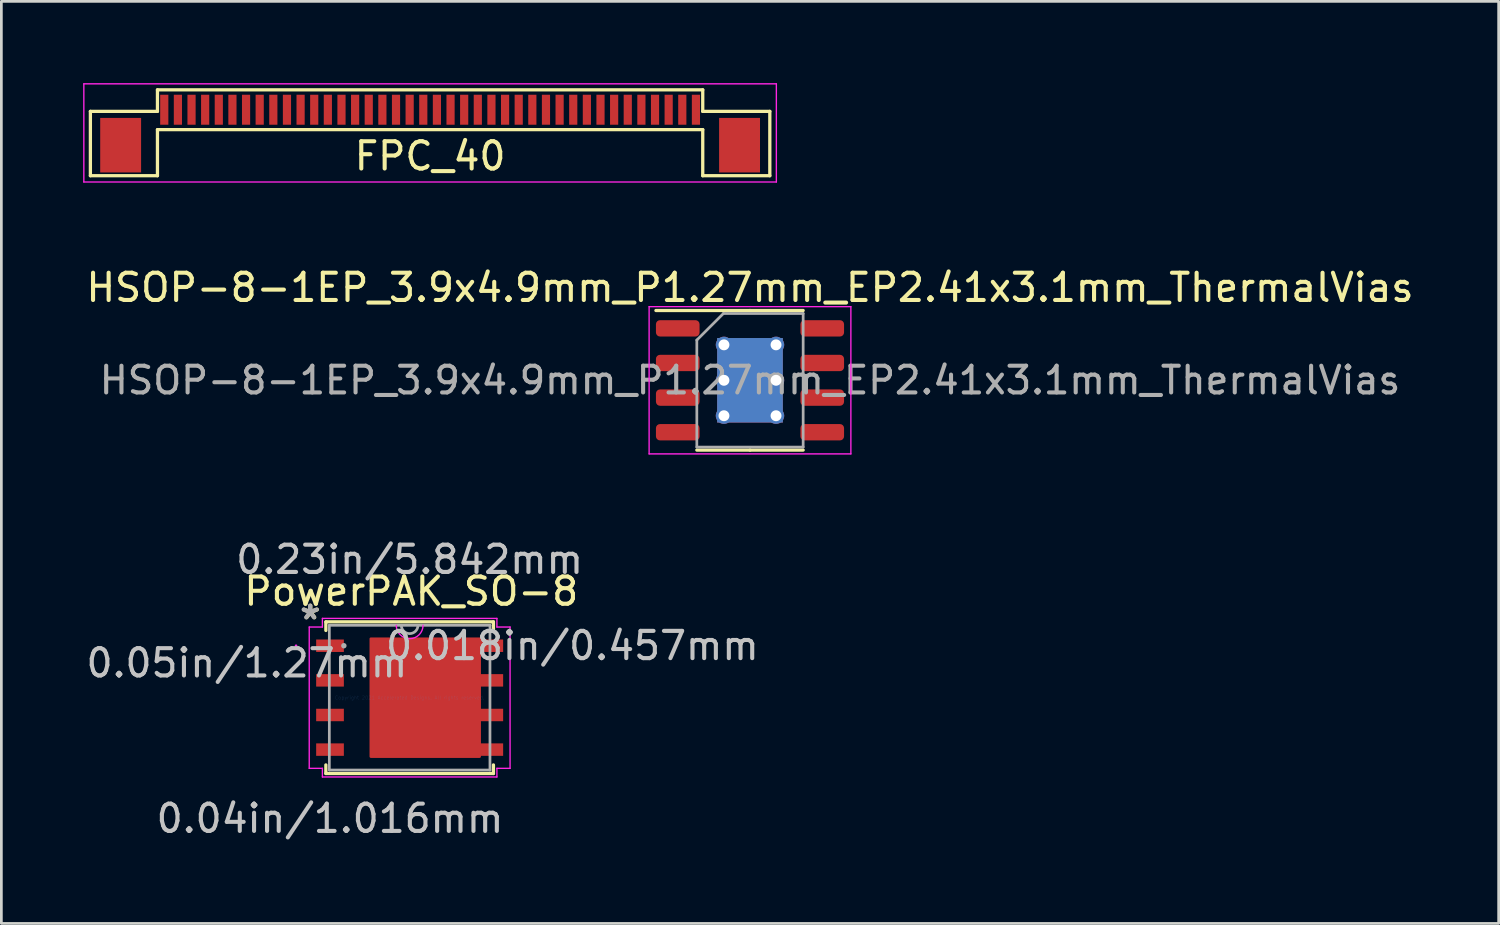
<source format=kicad_pcb>
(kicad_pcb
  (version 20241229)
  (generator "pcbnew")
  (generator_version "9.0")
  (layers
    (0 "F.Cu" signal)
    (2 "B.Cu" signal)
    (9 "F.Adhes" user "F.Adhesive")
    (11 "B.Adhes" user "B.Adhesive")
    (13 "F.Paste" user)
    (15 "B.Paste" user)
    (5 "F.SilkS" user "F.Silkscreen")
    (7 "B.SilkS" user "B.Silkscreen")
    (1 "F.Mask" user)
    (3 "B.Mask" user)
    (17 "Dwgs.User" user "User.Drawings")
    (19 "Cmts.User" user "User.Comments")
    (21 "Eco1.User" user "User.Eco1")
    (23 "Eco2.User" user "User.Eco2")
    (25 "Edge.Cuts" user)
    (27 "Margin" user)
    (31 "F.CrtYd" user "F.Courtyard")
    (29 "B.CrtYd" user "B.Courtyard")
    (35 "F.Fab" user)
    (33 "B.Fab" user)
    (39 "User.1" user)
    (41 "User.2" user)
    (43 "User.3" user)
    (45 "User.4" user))
  (footprint "PowerPAK_SO-8"
    (layer "F.Cu")
    (at 11.975 22.539)
    (property "Reference" "PowerPAK_SO-8" (at 0.06 -3.9 0) (layer "F.SilkS") (effects (font (size 1 1) (thickness 0.15))))
    (attr through_hole)
    (fp_poly (pts (xy 2.565 -2.159) (xy -1.422 -2.159) (xy -1.422 2.159) (xy 2.565 2.159)) (stroke (width 0.1) (type solid)) (fill yes) (layer "F.Cu"))
    (fp_poly (pts (xy 2.565 -2.159) (xy -1.422 -2.159) (xy -1.422 2.159) (xy 2.565 2.159)) (stroke (width 0.1) (type solid)) (fill yes) (layer "F.Mask"))
    (fp_line (start -3.073 -2.781) (end -3.073 -2.466) (stroke (width 0.12) (type solid)) (layer "F.SilkS"))
    (fp_line (start -3.073 2.466) (end -3.073 2.781) (stroke (width 0.12) (type solid)) (layer "F.SilkS"))
    (fp_line (start -3.073 2.781) (end 3.073 2.781) (stroke (width 0.12) (type solid)) (layer "F.SilkS"))
    (fp_line (start 3.073 -2.781) (end -3.073 -2.781) (stroke (width 0.12) (type solid)) (layer "F.SilkS"))
    (fp_line (start 3.073 -2.466) (end 3.073 -2.781) (stroke (width 0.12) (type solid)) (layer "F.SilkS"))
    (fp_line (start 3.073 2.781) (end 3.073 2.466) (stroke (width 0.12) (type solid)) (layer "F.SilkS"))
    (fp_poly (pts (xy 2.565 -2.159) (xy -1.422 -2.159) (xy -1.422 2.159) (xy 2.565 2.159)) (stroke (width 0.1) (type solid)) (fill yes) (layer "F.Paste"))
    (fp_line (start -3.683 -2.591) (end -3.2 -2.591) (stroke (width 0.05) (type solid)) (layer "F.CrtYd"))
    (fp_line (start -3.683 2.591) (end -3.683 -2.591) (stroke (width 0.05) (type solid)) (layer "F.CrtYd"))
    (fp_line (start -3.2 -2.908) (end 3.2 -2.908) (stroke (width 0.05) (type solid)) (layer "F.CrtYd"))
    (fp_line (start -3.2 -2.591) (end -3.2 -2.908) (stroke (width 0.05) (type solid)) (layer "F.CrtYd"))
    (fp_line (start -3.2 2.591) (end -3.683 2.591) (stroke (width 0.05) (type solid)) (layer "F.CrtYd"))
    (fp_line (start -3.2 2.908) (end -3.2 2.591) (stroke (width 0.05) (type solid)) (layer "F.CrtYd"))
    (fp_line (start 3.2 -2.908) (end 3.2 -2.591) (stroke (width 0.05) (type solid)) (layer "F.CrtYd"))
    (fp_line (start 3.2 -2.591) (end 3.683 -2.591) (stroke (width 0.05) (type solid)) (layer "F.CrtYd"))
    (fp_line (start 3.2 2.591) (end 3.2 2.908) (stroke (width 0.05) (type solid)) (layer "F.CrtYd"))
    (fp_line (start 3.2 2.908) (end -3.2 2.908) (stroke (width 0.05) (type solid)) (layer "F.CrtYd"))
    (fp_line (start 3.683 -2.591) (end 3.683 2.591) (stroke (width 0.05) (type solid)) (layer "F.CrtYd"))
    (fp_line (start 3.683 2.591) (end 3.2 2.591) (stroke (width 0.05) (type solid)) (layer "F.CrtYd"))
    (fp_arc (start 0.491067 -2.6543) (mid 0 -2.163233) (end -0.491067 -2.6543) (stroke (width 0.05) (type solid)) (layer "F.CrtYd"))
    (fp_circle (center -4.166 -1.905) (end -4.166 -1.905) (stroke (width 0.05) (type solid)) (fill no) (layer "F.CrtYd"))
    (fp_line (start -2.946 -2.654) (end -2.946 2.654) (stroke (width 0.1) (type solid)) (layer "F.Fab"))
    (fp_line (start -2.946 2.654) (end 2.946 2.654) (stroke (width 0.1) (type solid)) (layer "F.Fab"))
    (fp_line (start 2.946 -2.654) (end -2.946 -2.654) (stroke (width 0.1) (type solid)) (layer "F.Fab"))
    (fp_line (start 2.946 2.654) (end 2.946 -2.654) (stroke (width 0.1) (type solid)) (layer "F.Fab"))
    (fp_arc (start 0.3048 -2.6543) (mid 0 -2.3495) (end -0.3048 -2.6543) (stroke (width 0.1) (type solid)) (layer "F.Fab"))
    (fp_circle (center -2.413 -1.905) (end -2.413 -1.905) (stroke (width 0.1) (type solid)) (fill no) (layer "F.Fab"))
    (fp_text user "*" (at -3.64 -2.83 0) (layer "F.SilkS") (effects (font (size 1 1) (thickness 0.15))))
    (fp_text user "0.018in/0.457mm" (at 5.969 -1.905 0) (layer "Dwgs.User") (effects (font (size 1 1) (thickness 0.15))))
    (fp_text user "0.05in/1.27mm" (at -5.969 -1.27 0) (layer "Dwgs.User") (effects (font (size 1 1) (thickness 0.15))))
    (fp_text user "0.04in/1.016mm" (at -2.921 4.432 0) (layer "Dwgs.User") (effects (font (size 1 1) (thickness 0.15))))
    (fp_text user "0.23in/5.842mm" (at 0 -5.067 0) (layer "Dwgs.User") (effects (font (size 1 1) (thickness 0.15))))
    (fp_text user "Copyright 2021 Accelerated Designs. All rights reserved." (at 0 0 0) (layer "Cmts.User") (effects (font (size 0.127 0.127) (thickness 0.002))))
    (fp_text user "*" (at -3.65 -2.83 0) (layer "F.Fab") (effects (font (size 1 1) (thickness 0.15))))
    (pad "1" smd rect (at -2.921 -1.905) (size 1.016 0.457) (layers "F.Cu" "F.Mask" "F.Paste"))
    (pad "2" smd rect (at -2.921 -0.635) (size 1.016 0.457) (layers "F.Cu" "F.Mask" "F.Paste"))
    (pad "3" smd rect (at -2.921 0.635) (size 1.016 0.457) (layers "F.Cu" "F.Mask" "F.Paste"))
    (pad "4" smd rect (at -2.921 1.905) (size 1.016 0.457) (layers "F.Cu" "F.Mask" "F.Paste"))
    (pad "5" smd rect (at 2.921 1.905) (size 1.016 0.457) (layers "F.Cu" "F.Mask" "F.Paste"))
    (pad "6" smd rect (at 2.921 0.635) (size 1.016 0.457) (layers "F.Cu" "F.Mask" "F.Paste"))
    (pad "7" smd rect (at 2.921 -0.635) (size 1.016 0.457) (layers "F.Cu" "F.Mask" "F.Paste"))
    (pad "8" smd rect (at 2.921 -1.905) (size 1.016 0.457) (layers "F.Cu" "F.Mask" "F.Paste")))
  (footprint "HSOP-8-1EP_3.9x4.9mm_P1.27mm_EP2.41x3.1mm_ThermalVias"
    (layer "F.Cu")
    (at 24.458 10.898)
    (property "Reference" "HSOP-8-1EP_3.9x4.9mm_P1.27mm_EP2.41x3.1mm_ThermalVias" (at 0 -3.4 0) (layer "F.SilkS") (effects (font (size 1 1) (thickness 0.15))))
    (attr smd)
    (fp_line (start 0 -2.56) (end -3.45 -2.56) (stroke (width 0.12) (type solid)) (layer "F.SilkS"))
    (fp_line (start 0 -2.56) (end 1.95 -2.56) (stroke (width 0.12) (type solid)) (layer "F.SilkS"))
    (fp_line (start 0 2.56) (end -1.95 2.56) (stroke (width 0.12) (type solid)) (layer "F.SilkS"))
    (fp_line (start 0 2.56) (end 1.95 2.56) (stroke (width 0.12) (type solid)) (layer "F.SilkS"))
    (fp_line (start -3.7 -2.7) (end -3.7 2.7) (stroke (width 0.05) (type solid)) (layer "F.CrtYd"))
    (fp_line (start -3.7 2.7) (end 3.7 2.7) (stroke (width 0.05) (type solid)) (layer "F.CrtYd"))
    (fp_line (start 3.7 -2.7) (end -3.7 -2.7) (stroke (width 0.05) (type solid)) (layer "F.CrtYd"))
    (fp_line (start 3.7 2.7) (end 3.7 -2.7) (stroke (width 0.05) (type solid)) (layer "F.CrtYd"))
    (fp_line (start -1.95 -1.475) (end -0.975 -2.45) (stroke (width 0.1) (type solid)) (layer "F.Fab"))
    (fp_line (start -1.95 2.45) (end -1.95 -1.475) (stroke (width 0.1) (type solid)) (layer "F.Fab"))
    (fp_line (start -0.975 -2.45) (end 1.95 -2.45) (stroke (width 0.1) (type solid)) (layer "F.Fab"))
    (fp_line (start 1.95 -2.45) (end 1.95 2.45) (stroke (width 0.1) (type solid)) (layer "F.Fab"))
    (fp_line (start 1.95 2.45) (end -1.95 2.45) (stroke (width 0.1) (type solid)) (layer "F.Fab"))
    (fp_text user "${REFERENCE}" (at 0 0 0) (layer "F.Fab") (effects (font (size 0.98 0.98) (thickness 0.15))))
    (pad "" smd roundrect (at -0.6 -0.775) (size 0.97 1.25) (layers "F.Paste") (roundrect_rratio 0.25))
    (pad "" smd roundrect (at -0.6 0.775) (size 0.97 1.25) (layers "F.Paste") (roundrect_rratio 0.25))
    (pad "" smd roundrect (at 0.6 -0.775) (size 0.97 1.25) (layers "F.Paste") (roundrect_rratio 0.25))
    (pad "" smd roundrect (at 0.6 0.775) (size 0.97 1.25) (layers "F.Paste") (roundrect_rratio 0.25))
    (pad "1" smd roundrect (at -2.65 -1.905) (size 1.6 0.6) (layers "F.Cu" "F.Mask" "F.Paste") (roundrect_rratio 0.25))
    (pad "2" smd roundrect (at -2.65 -0.635) (size 1.6 0.6) (layers "F.Cu" "F.Mask" "F.Paste") (roundrect_rratio 0.25))
    (pad "3" smd roundrect (at -2.65 0.635) (size 1.6 0.6) (layers "F.Cu" "F.Mask" "F.Paste") (roundrect_rratio 0.25))
    (pad "4" smd roundrect (at -2.65 1.905) (size 1.6 0.6) (layers "F.Cu" "F.Mask" "F.Paste") (roundrect_rratio 0.25))
    (pad "5" smd roundrect (at 2.65 1.905) (size 1.6 0.6) (layers "F.Cu" "F.Mask" "F.Paste") (roundrect_rratio 0.25))
    (pad "6" smd roundrect (at 2.65 0.635) (size 1.6 0.6) (layers "F.Cu" "F.Mask" "F.Paste") (roundrect_rratio 0.25))
    (pad "7" smd roundrect (at 2.65 -0.635) (size 1.6 0.6) (layers "F.Cu" "F.Mask" "F.Paste") (roundrect_rratio 0.25))
    (pad "8" smd roundrect (at 2.65 -1.905) (size 1.6 0.6) (layers "F.Cu" "F.Mask" "F.Paste") (roundrect_rratio 0.25))
    (pad "9" thru_hole circle (at -0.955 -1.3) (size 0.6 0.6) (drill 0.4) (layers "*.Cu"))
    (pad "9" thru_hole circle (at -0.955 0) (size 0.6 0.6) (drill 0.4) (layers "*.Cu"))
    (pad "9" thru_hole circle (at -0.955 1.3) (size 0.6 0.6) (drill 0.4) (layers "*.Cu"))
    (pad "9" smd rect (at 0 0) (size 2.41 3.1) (layers "F.Cu" "F.Mask"))
    (pad "9" smd rect (at 0 0) (size 2.41 3.1) (layers "B.Cu"))
    (pad "9" thru_hole circle (at 0.955 -1.3) (size 0.6 0.6) (drill 0.4) (layers "*.Cu"))
    (pad "9" thru_hole circle (at 0.955 0) (size 0.6 0.6) (drill 0.4) (layers "*.Cu"))
    (pad "9" thru_hole circle (at 0.955 1.3) (size 0.6 0.6) (drill 0.4) (layers "*.Cu")))
  (footprint "FPC_40"
    (layer "F.Cu")
    (at 12.725 0.975)
    (property "Reference" "FPC_40" (at 0 1.7 0) (layer "F.SilkS") (effects (font (size 1 1) (thickness 0.15))))
    (attr smd)
    (fp_line (start -12.46 0.06) (end -10 0.06) (stroke (width 0.12) (type solid)) (layer "F.SilkS"))
    (fp_line (start -12.46 2.42) (end -12.46 0.06) (stroke (width 0.12) (type solid)) (layer "F.SilkS"))
    (fp_line (start -10 -0.73) (end 10 -0.73) (stroke (width 0.12) (type solid)) (layer "F.SilkS"))
    (fp_line (start -10 0.06) (end -10 -0.73) (stroke (width 0.12) (type solid)) (layer "F.SilkS"))
    (fp_line (start -10 0.73) (end -10 2.42) (stroke (width 0.12) (type solid)) (layer "F.SilkS"))
    (fp_line (start -10 0.73) (end 10 0.73) (stroke (width 0.12) (type solid)) (layer "F.SilkS"))
    (fp_line (start -10 2.42) (end -12.46 2.42) (stroke (width 0.12) (type solid)) (layer "F.SilkS"))
    (fp_line (start 10 0.06) (end 10 -0.73) (stroke (width 0.12) (type solid)) (layer "F.SilkS"))
    (fp_line (start 10 0.73) (end 10 2.42) (stroke (width 0.12) (type solid)) (layer "F.SilkS"))
    (fp_line (start 10 2.42) (end 12.46 2.42) (stroke (width 0.12) (type solid)) (layer "F.SilkS"))
    (fp_line (start 12.46 0.06) (end 10 0.06) (stroke (width 0.12) (type solid)) (layer "F.SilkS"))
    (fp_line (start 12.46 2.42) (end 12.46 0.06) (stroke (width 0.12) (type solid)) (layer "F.SilkS"))
    (fp_line (start -12.7 -0.95) (end -12.7 2.65) (stroke (width 0.05) (type solid)) (layer "F.CrtYd"))
    (fp_line (start -12.7 -0.95) (end 12.7 -0.95) (stroke (width 0.05) (type solid)) (layer "F.CrtYd"))
    (fp_line (start -12.7 2.65) (end 12.7 2.65) (stroke (width 0.05) (type solid)) (layer "F.CrtYd"))
    (fp_line (start 12.7 -0.95) (end 12.7 2.65) (stroke (width 0.05) (type solid)) (layer "F.CrtYd"))
    (pad "0" smd rect (at -11.35 1.3) (size 1.5 2) (layers "F.Cu" "F.Mask" "F.Paste"))
    (pad "0" smd rect (at 11.35 1.3) (size 1.5 2) (layers "F.Cu" "F.Mask" "F.Paste"))
    (pad "1" smd rect (at -9.75 0) (size 0.3 1.1) (layers "F.Cu" "F.Mask" "F.Paste"))
    (pad "2" smd rect (at -9.25 0) (size 0.3 1.1) (layers "F.Cu" "F.Mask" "F.Paste"))
    (pad "3" smd rect (at -8.75 0) (size 0.3 1.1) (layers "F.Cu" "F.Mask" "F.Paste"))
    (pad "4" smd rect (at -8.25 0) (size 0.3 1.1) (layers "F.Cu" "F.Mask" "F.Paste"))
    (pad "5" smd rect (at -7.75 0) (size 0.3 1.1) (layers "F.Cu" "F.Mask" "F.Paste"))
    (pad "6" smd rect (at -7.25 0) (size 0.3 1.1) (layers "F.Cu" "F.Mask" "F.Paste"))
    (pad "7" smd rect (at -6.75 0) (size 0.3 1.1) (layers "F.Cu" "F.Mask" "F.Paste"))
    (pad "8" smd rect (at -6.25 0) (size 0.3 1.1) (layers "F.Cu" "F.Mask" "F.Paste"))
    (pad "9" smd rect (at -5.75 0) (size 0.3 1.1) (layers "F.Cu" "F.Mask" "F.Paste"))
    (pad "10" smd rect (at -5.25 0) (size 0.3 1.1) (layers "F.Cu" "F.Mask" "F.Paste"))
    (pad "11" smd rect (at -4.75 0) (size 0.3 1.1) (layers "F.Cu" "F.Mask" "F.Paste"))
    (pad "12" smd rect (at -4.25 0) (size 0.3 1.1) (layers "F.Cu" "F.Mask" "F.Paste"))
    (pad "13" smd rect (at -3.75 0) (size 0.3 1.1) (layers "F.Cu" "F.Mask" "F.Paste"))
    (pad "14" smd rect (at -3.25 0) (size 0.3 1.1) (layers "F.Cu" "F.Mask" "F.Paste"))
    (pad "15" smd rect (at -2.75 0) (size 0.3 1.1) (layers "F.Cu" "F.Mask" "F.Paste"))
    (pad "16" smd rect (at -2.25 0) (size 0.3 1.1) (layers "F.Cu" "F.Mask" "F.Paste"))
    (pad "17" smd rect (at -1.75 0) (size 0.3 1.1) (layers "F.Cu" "F.Mask" "F.Paste"))
    (pad "18" smd rect (at -1.25 0) (size 0.3 1.1) (layers "F.Cu" "F.Mask" "F.Paste"))
    (pad "19" smd rect (at -0.75 0) (size 0.3 1.1) (layers "F.Cu" "F.Mask" "F.Paste"))
    (pad "20" smd rect (at -0.25 0) (size 0.3 1.1) (layers "F.Cu" "F.Mask" "F.Paste"))
    (pad "21" smd rect (at 0.25 0) (size 0.3 1.1) (layers "F.Cu" "F.Mask" "F.Paste"))
    (pad "22" smd rect (at 0.75 0) (size 0.3 1.1) (layers "F.Cu" "F.Mask" "F.Paste"))
    (pad "23" smd rect (at 1.25 0) (size 0.3 1.1) (layers "F.Cu" "F.Mask" "F.Paste"))
    (pad "24" smd rect (at 1.75 0) (size 0.3 1.1) (layers "F.Cu" "F.Mask" "F.Paste"))
    (pad "25" smd rect (at 2.25 0) (size 0.3 1.1) (layers "F.Cu" "F.Mask" "F.Paste"))
    (pad "26" smd rect (at 2.75 0) (size 0.3 1.1) (layers "F.Cu" "F.Mask" "F.Paste"))
    (pad "27" smd rect (at 3.25 0) (size 0.3 1.1) (layers "F.Cu" "F.Mask" "F.Paste"))
    (pad "28" smd rect (at 3.75 0) (size 0.3 1.1) (layers "F.Cu" "F.Mask" "F.Paste"))
    (pad "29" smd rect (at 4.25 0) (size 0.3 1.1) (layers "F.Cu" "F.Mask" "F.Paste"))
    (pad "30" smd rect (at 4.75 0) (size 0.3 1.1) (layers "F.Cu" "F.Mask" "F.Paste"))
    (pad "31" smd rect (at 5.25 0) (size 0.3 1.1) (layers "F.Cu" "F.Mask" "F.Paste"))
    (pad "32" smd rect (at 5.75 0) (size 0.3 1.1) (layers "F.Cu" "F.Mask" "F.Paste"))
    (pad "33" smd rect (at 6.25 0) (size 0.3 1.1) (layers "F.Cu" "F.Mask" "F.Paste"))
    (pad "34" smd rect (at 6.75 0) (size 0.3 1.1) (layers "F.Cu" "F.Mask" "F.Paste"))
    (pad "35" smd rect (at 7.25 0) (size 0.3 1.1) (layers "F.Cu" "F.Mask" "F.Paste"))
    (pad "36" smd rect (at 7.75 0) (size 0.3 1.1) (layers "F.Cu" "F.Mask" "F.Paste"))
    (pad "37" smd rect (at 8.25 0) (size 0.3 1.1) (layers "F.Cu" "F.Mask" "F.Paste"))
    (pad "38" smd rect (at 8.75 0) (size 0.3 1.1) (layers "F.Cu" "F.Mask" "F.Paste"))
    (pad "39" smd rect (at 9.25 0) (size 0.3 1.1) (layers "F.Cu" "F.Mask" "F.Paste"))
    (pad "40" smd rect (at 9.75 0) (size 0.3 1.1) (layers "F.Cu" "F.Mask" "F.Paste")))
  (gr_rect
    (start -3 -3)
    (end 51.917 30.819)
    (stroke (width 0.1) (type default))
    (fill no)
    (layer "Edge.Cuts")))
</source>
